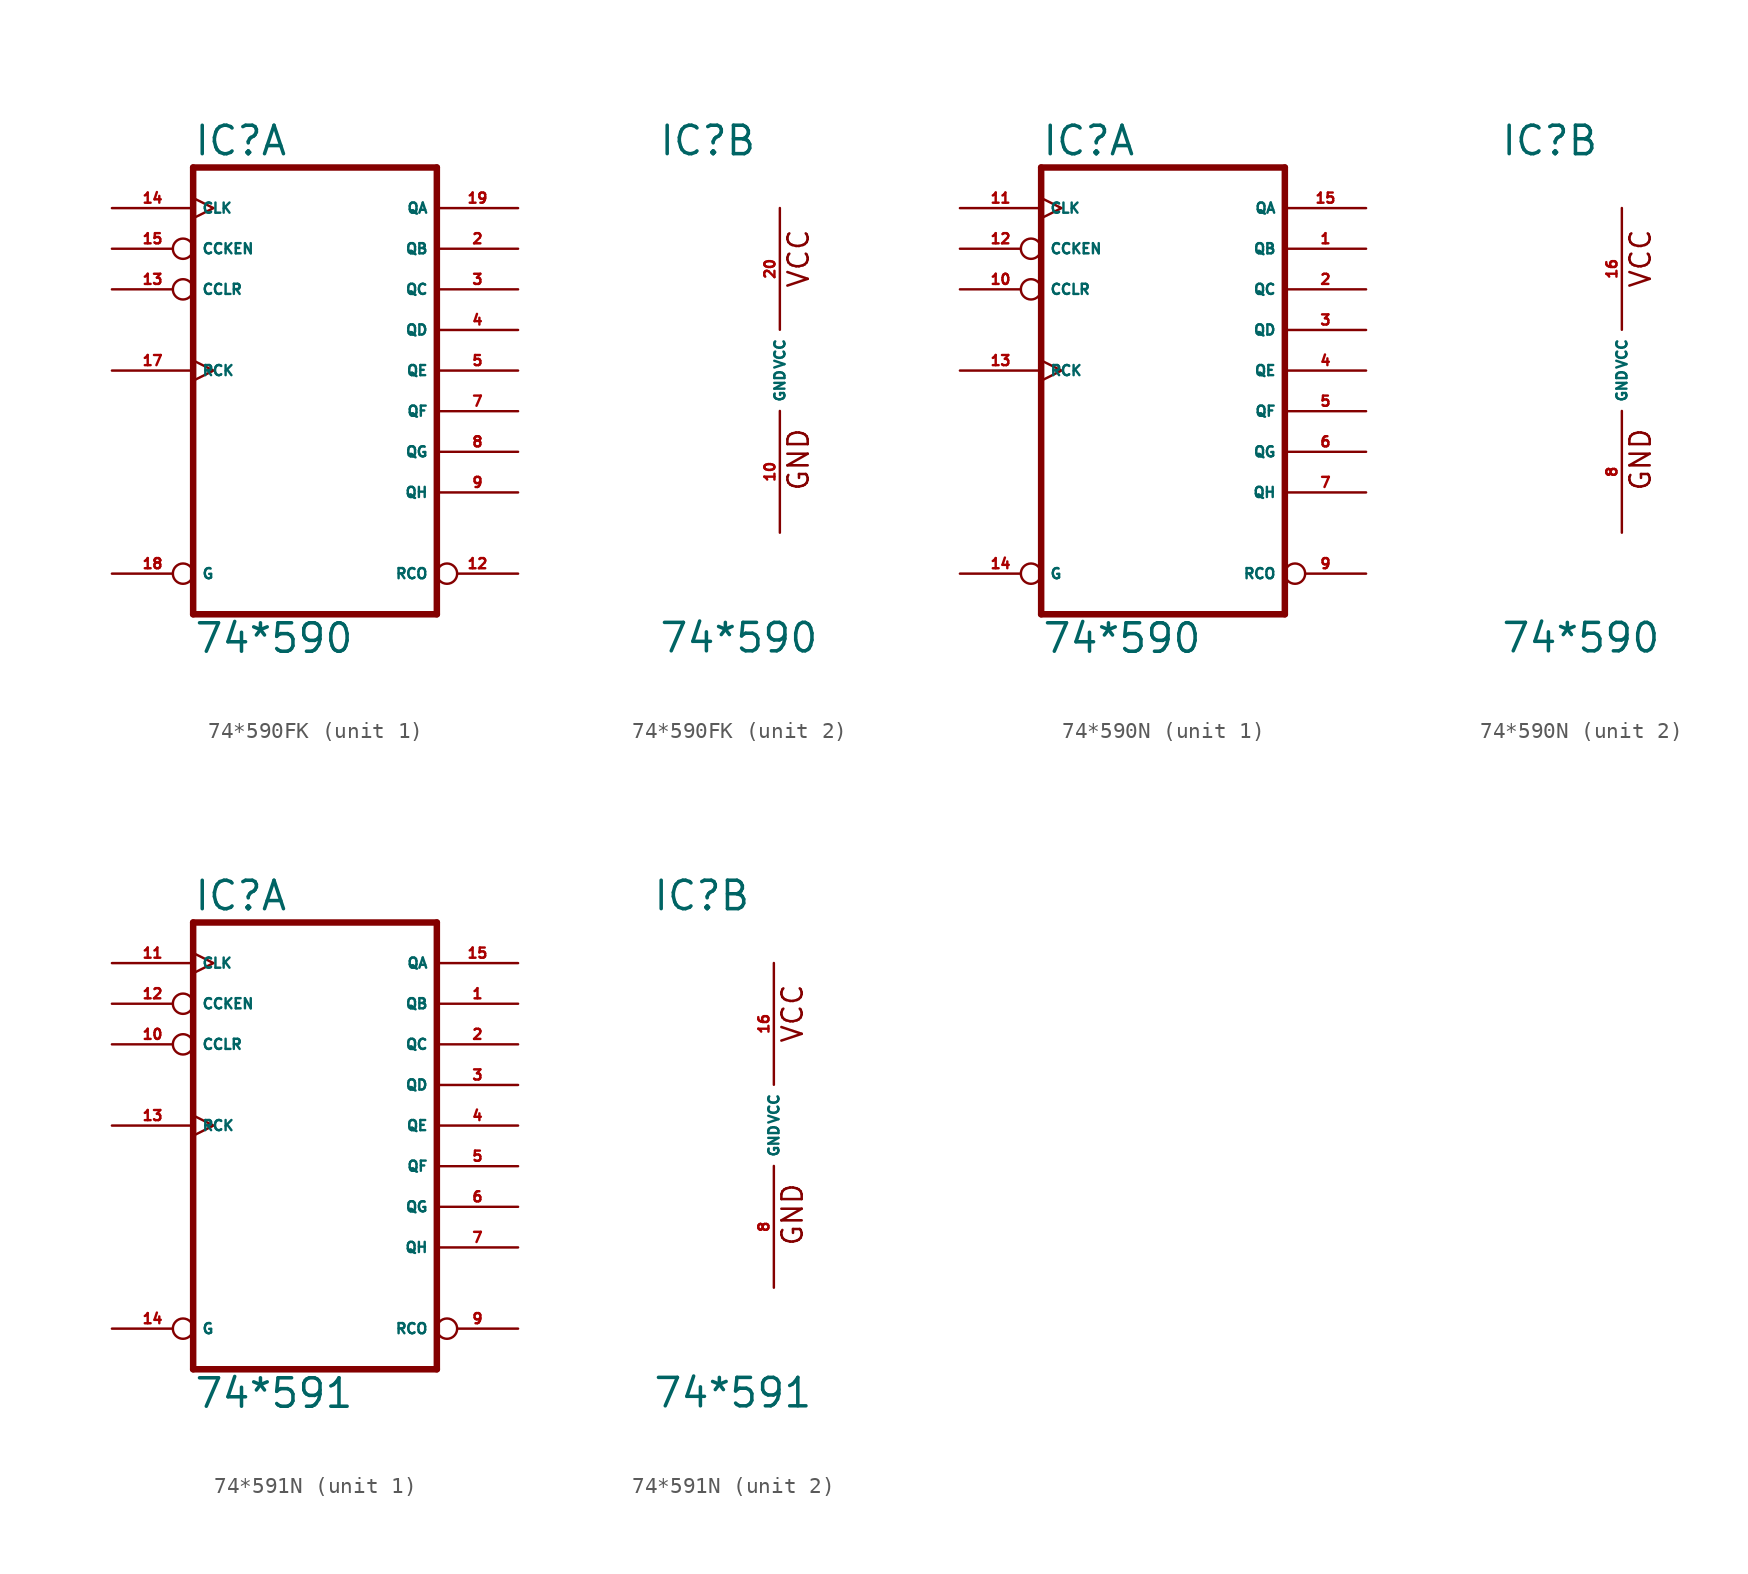
<source format=kicad_sym>
(kicad_symbol_lib
  (version 20220914)
  (generator Eagle2Kicad)
  (symbol "74*590FK"
    (property "Reference" "IC"
      (at -7.62 13.335 0)
      (effects (font (size 1.778 1.778) (thickness 0.22)) (justify left bottom)))
    (property "Value" "74*590"
      (at -7.62 -17.78 0)
      (effects (font (size 1.778 1.778) (thickness 0.22)) (justify left bottom)))
    (symbol "74*590FK_1_0"
      (polyline (pts (xy -7.62 -15.24) (xy 7.62 -15.24)) (stroke (width 0.406) (type default)) (fill (type none)))
      (polyline (pts (xy 7.62 -15.24) (xy 7.62 12.7)) (stroke (width 0.406) (type default)) (fill (type none)))
      (polyline (pts (xy 7.62 12.7) (xy -7.62 12.7)) (stroke (width 0.406) (type default)) (fill (type none)))
      (polyline (pts (xy -7.62 12.7) (xy -7.62 -15.24)) (stroke (width 0.406) (type default)) (fill (type none)))
      (pin tri_state line (at 12.7 7.62 180) (length 5.08) (name "QB" (effects (font (size 0.635 0.635) (thickness 0.08)) (justify left bottom))) (number "2" (effects (font (size 0.635 0.635) (thickness 0.08)) (justify left bottom))))
      (pin tri_state line (at 12.7 5.08 180) (length 5.08) (name "QC" (effects (font (size 0.635 0.635) (thickness 0.08)) (justify left bottom))) (number "3" (effects (font (size 0.635 0.635) (thickness 0.08)) (justify left bottom))))
      (pin tri_state line (at 12.7 2.54 180) (length 5.08) (name "QD" (effects (font (size 0.635 0.635) (thickness 0.08)) (justify left bottom))) (number "4" (effects (font (size 0.635 0.635) (thickness 0.08)) (justify left bottom))))
      (pin tri_state line (at 12.7 0 180) (length 5.08) (name "QE" (effects (font (size 0.635 0.635) (thickness 0.08)) (justify left bottom))) (number "5" (effects (font (size 0.635 0.635) (thickness 0.08)) (justify left bottom))))
      (pin tri_state line (at 12.7 -2.54 180) (length 5.08) (name "QF" (effects (font (size 0.635 0.635) (thickness 0.08)) (justify left bottom))) (number "7" (effects (font (size 0.635 0.635) (thickness 0.08)) (justify left bottom))))
      (pin tri_state line (at 12.7 -5.08 180) (length 5.08) (name "QG" (effects (font (size 0.635 0.635) (thickness 0.08)) (justify left bottom))) (number "8" (effects (font (size 0.635 0.635) (thickness 0.08)) (justify left bottom))))
      (pin tri_state line (at 12.7 -7.62 180) (length 5.08) (name "QH" (effects (font (size 0.635 0.635) (thickness 0.08)) (justify left bottom))) (number "9" (effects (font (size 0.635 0.635) (thickness 0.08)) (justify left bottom))))
      (pin output inverted (at 12.7 -12.7 180) (length 5.08) (name "RCO" (effects (font (size 0.635 0.635) (thickness 0.08)) (justify left bottom))) (number "12" (effects (font (size 0.635 0.635) (thickness 0.08)) (justify left bottom))))
      (pin input inverted (at -12.7 5.08 0) (length 5.08) (name "CCLR" (effects (font (size 0.635 0.635) (thickness 0.08)) (justify left bottom))) (number "13" (effects (font (size 0.635 0.635) (thickness 0.08)) (justify left bottom))))
      (pin input clock (at -12.7 10.16 0) (length 5.08) (name "CLK" (effects (font (size 0.635 0.635) (thickness 0.08)) (justify left bottom))) (number "14" (effects (font (size 0.635 0.635) (thickness 0.08)) (justify left bottom))))
      (pin input inverted (at -12.7 7.62 0) (length 5.08) (name "CCKEN" (effects (font (size 0.635 0.635) (thickness 0.08)) (justify left bottom))) (number "15" (effects (font (size 0.635 0.635) (thickness 0.08)) (justify left bottom))))
      (pin input clock (at -12.7 0 0) (length 5.08) (name "RCK" (effects (font (size 0.635 0.635) (thickness 0.08)) (justify left bottom))) (number "17" (effects (font (size 0.635 0.635) (thickness 0.08)) (justify left bottom))))
      (pin input inverted (at -12.7 -12.7 0) (length 5.08) (name "G" (effects (font (size 0.635 0.635) (thickness 0.08)) (justify left bottom))) (number "18" (effects (font (size 0.635 0.635) (thickness 0.08)) (justify left bottom))))
      (pin tri_state line (at 12.7 10.16 180) (length 5.08) (name "QA" (effects (font (size 0.635 0.635) (thickness 0.08)) (justify left bottom))) (number "19" (effects (font (size 0.635 0.635) (thickness 0.08)) (justify left bottom)))))
    (symbol "74*590FK_2_0"
      (text "GND" (at 1.905 -7.62 900) (effects (font (size 1.27 1.27) (thickness 0.16)) (justify left bottom)))
      (text "VCC" (at 1.905 5.08 900) (effects (font (size 1.27 1.27) (thickness 0.16)) (justify left bottom)))
      (pin unspecified line (at 0 -10.16 90) (length 7.62) (name "GND" (effects (font (size 0.635 0.635) (thickness 0.08)) (justify left bottom))) (number "10" (effects (font (size 0.635 0.635) (thickness 0.08)) (justify left bottom))))
      (pin unspecified line (at 0 10.16 270) (length 7.62) (name "VCC" (effects (font (size 0.635 0.635) (thickness 0.08)) (justify left bottom))) (number "20" (effects (font (size 0.635 0.635) (thickness 0.08)) (justify left bottom))))))
  (symbol "74*590N"
    (property "Reference" "IC"
      (at -7.62 13.335 0)
      (effects (font (size 1.778 1.778) (thickness 0.22)) (justify left bottom)))
    (property "Value" "74*590"
      (at -7.62 -17.78 0)
      (effects (font (size 1.778 1.778) (thickness 0.22)) (justify left bottom)))
    (symbol "74*590N_1_0"
      (polyline (pts (xy -7.62 -15.24) (xy 7.62 -15.24)) (stroke (width 0.406) (type default)) (fill (type none)))
      (polyline (pts (xy 7.62 -15.24) (xy 7.62 12.7)) (stroke (width 0.406) (type default)) (fill (type none)))
      (polyline (pts (xy 7.62 12.7) (xy -7.62 12.7)) (stroke (width 0.406) (type default)) (fill (type none)))
      (polyline (pts (xy -7.62 12.7) (xy -7.62 -15.24)) (stroke (width 0.406) (type default)) (fill (type none)))
      (pin tri_state line (at 12.7 7.62 180) (length 5.08) (name "QB" (effects (font (size 0.635 0.635) (thickness 0.08)) (justify left bottom))) (number "1" (effects (font (size 0.635 0.635) (thickness 0.08)) (justify left bottom))))
      (pin tri_state line (at 12.7 5.08 180) (length 5.08) (name "QC" (effects (font (size 0.635 0.635) (thickness 0.08)) (justify left bottom))) (number "2" (effects (font (size 0.635 0.635) (thickness 0.08)) (justify left bottom))))
      (pin tri_state line (at 12.7 2.54 180) (length 5.08) (name "QD" (effects (font (size 0.635 0.635) (thickness 0.08)) (justify left bottom))) (number "3" (effects (font (size 0.635 0.635) (thickness 0.08)) (justify left bottom))))
      (pin tri_state line (at 12.7 0 180) (length 5.08) (name "QE" (effects (font (size 0.635 0.635) (thickness 0.08)) (justify left bottom))) (number "4" (effects (font (size 0.635 0.635) (thickness 0.08)) (justify left bottom))))
      (pin tri_state line (at 12.7 -2.54 180) (length 5.08) (name "QF" (effects (font (size 0.635 0.635) (thickness 0.08)) (justify left bottom))) (number "5" (effects (font (size 0.635 0.635) (thickness 0.08)) (justify left bottom))))
      (pin tri_state line (at 12.7 -5.08 180) (length 5.08) (name "QG" (effects (font (size 0.635 0.635) (thickness 0.08)) (justify left bottom))) (number "6" (effects (font (size 0.635 0.635) (thickness 0.08)) (justify left bottom))))
      (pin tri_state line (at 12.7 -7.62 180) (length 5.08) (name "QH" (effects (font (size 0.635 0.635) (thickness 0.08)) (justify left bottom))) (number "7" (effects (font (size 0.635 0.635) (thickness 0.08)) (justify left bottom))))
      (pin output inverted (at 12.7 -12.7 180) (length 5.08) (name "RCO" (effects (font (size 0.635 0.635) (thickness 0.08)) (justify left bottom))) (number "9" (effects (font (size 0.635 0.635) (thickness 0.08)) (justify left bottom))))
      (pin input inverted (at -12.7 5.08 0) (length 5.08) (name "CCLR" (effects (font (size 0.635 0.635) (thickness 0.08)) (justify left bottom))) (number "10" (effects (font (size 0.635 0.635) (thickness 0.08)) (justify left bottom))))
      (pin input clock (at -12.7 10.16 0) (length 5.08) (name "CLK" (effects (font (size 0.635 0.635) (thickness 0.08)) (justify left bottom))) (number "11" (effects (font (size 0.635 0.635) (thickness 0.08)) (justify left bottom))))
      (pin input inverted (at -12.7 7.62 0) (length 5.08) (name "CCKEN" (effects (font (size 0.635 0.635) (thickness 0.08)) (justify left bottom))) (number "12" (effects (font (size 0.635 0.635) (thickness 0.08)) (justify left bottom))))
      (pin input clock (at -12.7 0 0) (length 5.08) (name "RCK" (effects (font (size 0.635 0.635) (thickness 0.08)) (justify left bottom))) (number "13" (effects (font (size 0.635 0.635) (thickness 0.08)) (justify left bottom))))
      (pin input inverted (at -12.7 -12.7 0) (length 5.08) (name "G" (effects (font (size 0.635 0.635) (thickness 0.08)) (justify left bottom))) (number "14" (effects (font (size 0.635 0.635) (thickness 0.08)) (justify left bottom))))
      (pin tri_state line (at 12.7 10.16 180) (length 5.08) (name "QA" (effects (font (size 0.635 0.635) (thickness 0.08)) (justify left bottom))) (number "15" (effects (font (size 0.635 0.635) (thickness 0.08)) (justify left bottom)))))
    (symbol "74*590N_2_0"
      (text "GND" (at 1.905 -7.62 900) (effects (font (size 1.27 1.27) (thickness 0.16)) (justify left bottom)))
      (text "VCC" (at 1.905 5.08 900) (effects (font (size 1.27 1.27) (thickness 0.16)) (justify left bottom)))
      (pin unspecified line (at 0 -10.16 90) (length 7.62) (name "GND" (effects (font (size 0.635 0.635) (thickness 0.08)) (justify left bottom))) (number "8" (effects (font (size 0.635 0.635) (thickness 0.08)) (justify left bottom))))
      (pin unspecified line (at 0 10.16 270) (length 7.62) (name "VCC" (effects (font (size 0.635 0.635) (thickness 0.08)) (justify left bottom))) (number "16" (effects (font (size 0.635 0.635) (thickness 0.08)) (justify left bottom))))))
  (symbol "74*591N"
    (property "Reference" "IC"
      (at -7.62 13.335 0)
      (effects (font (size 1.778 1.778) (thickness 0.22)) (justify left bottom)))
    (property "Value" "74*591"
      (at -7.62 -17.78 0)
      (effects (font (size 1.778 1.778) (thickness 0.22)) (justify left bottom)))
    (symbol "74*591N_1_0"
      (polyline (pts (xy -7.62 -15.24) (xy 7.62 -15.24)) (stroke (width 0.406) (type default)) (fill (type none)))
      (polyline (pts (xy 7.62 -15.24) (xy 7.62 12.7)) (stroke (width 0.406) (type default)) (fill (type none)))
      (polyline (pts (xy 7.62 12.7) (xy -7.62 12.7)) (stroke (width 0.406) (type default)) (fill (type none)))
      (polyline (pts (xy -7.62 12.7) (xy -7.62 -15.24)) (stroke (width 0.406) (type default)) (fill (type none)))
      (pin open_collector line (at 12.7 7.62 180) (length 5.08) (name "QB" (effects (font (size 0.635 0.635) (thickness 0.08)) (justify left bottom))) (number "1" (effects (font (size 0.635 0.635) (thickness 0.08)) (justify left bottom))))
      (pin open_collector line (at 12.7 5.08 180) (length 5.08) (name "QC" (effects (font (size 0.635 0.635) (thickness 0.08)) (justify left bottom))) (number "2" (effects (font (size 0.635 0.635) (thickness 0.08)) (justify left bottom))))
      (pin open_collector line (at 12.7 2.54 180) (length 5.08) (name "QD" (effects (font (size 0.635 0.635) (thickness 0.08)) (justify left bottom))) (number "3" (effects (font (size 0.635 0.635) (thickness 0.08)) (justify left bottom))))
      (pin open_collector line (at 12.7 0 180) (length 5.08) (name "QE" (effects (font (size 0.635 0.635) (thickness 0.08)) (justify left bottom))) (number "4" (effects (font (size 0.635 0.635) (thickness 0.08)) (justify left bottom))))
      (pin open_collector line (at 12.7 -2.54 180) (length 5.08) (name "QF" (effects (font (size 0.635 0.635) (thickness 0.08)) (justify left bottom))) (number "5" (effects (font (size 0.635 0.635) (thickness 0.08)) (justify left bottom))))
      (pin open_collector line (at 12.7 -5.08 180) (length 5.08) (name "QG" (effects (font (size 0.635 0.635) (thickness 0.08)) (justify left bottom))) (number "6" (effects (font (size 0.635 0.635) (thickness 0.08)) (justify left bottom))))
      (pin open_collector line (at 12.7 -7.62 180) (length 5.08) (name "QH" (effects (font (size 0.635 0.635) (thickness 0.08)) (justify left bottom))) (number "7" (effects (font (size 0.635 0.635) (thickness 0.08)) (justify left bottom))))
      (pin output inverted (at 12.7 -12.7 180) (length 5.08) (name "RCO" (effects (font (size 0.635 0.635) (thickness 0.08)) (justify left bottom))) (number "9" (effects (font (size 0.635 0.635) (thickness 0.08)) (justify left bottom))))
      (pin input inverted (at -12.7 5.08 0) (length 5.08) (name "CCLR" (effects (font (size 0.635 0.635) (thickness 0.08)) (justify left bottom))) (number "10" (effects (font (size 0.635 0.635) (thickness 0.08)) (justify left bottom))))
      (pin input clock (at -12.7 10.16 0) (length 5.08) (name "CLK" (effects (font (size 0.635 0.635) (thickness 0.08)) (justify left bottom))) (number "11" (effects (font (size 0.635 0.635) (thickness 0.08)) (justify left bottom))))
      (pin input inverted (at -12.7 7.62 0) (length 5.08) (name "CCKEN" (effects (font (size 0.635 0.635) (thickness 0.08)) (justify left bottom))) (number "12" (effects (font (size 0.635 0.635) (thickness 0.08)) (justify left bottom))))
      (pin input clock (at -12.7 0 0) (length 5.08) (name "RCK" (effects (font (size 0.635 0.635) (thickness 0.08)) (justify left bottom))) (number "13" (effects (font (size 0.635 0.635) (thickness 0.08)) (justify left bottom))))
      (pin input inverted (at -12.7 -12.7 0) (length 5.08) (name "G" (effects (font (size 0.635 0.635) (thickness 0.08)) (justify left bottom))) (number "14" (effects (font (size 0.635 0.635) (thickness 0.08)) (justify left bottom))))
      (pin open_collector line (at 12.7 10.16 180) (length 5.08) (name "QA" (effects (font (size 0.635 0.635) (thickness 0.08)) (justify left bottom))) (number "15" (effects (font (size 0.635 0.635) (thickness 0.08)) (justify left bottom)))))
    (symbol "74*591N_2_0"
      (text "GND" (at 1.905 -7.62 900) (effects (font (size 1.27 1.27) (thickness 0.16)) (justify left bottom)))
      (text "VCC" (at 1.905 5.08 900) (effects (font (size 1.27 1.27) (thickness 0.16)) (justify left bottom)))
      (pin unspecified line (at 0 -10.16 90) (length 7.62) (name "GND" (effects (font (size 0.635 0.635) (thickness 0.08)) (justify left bottom))) (number "8" (effects (font (size 0.635 0.635) (thickness 0.08)) (justify left bottom))))
      (pin unspecified line (at 0 10.16 270) (length 7.62) (name "VCC" (effects (font (size 0.635 0.635) (thickness 0.08)) (justify left bottom))) (number "16" (effects (font (size 0.635 0.635) (thickness 0.08)) (justify left bottom)))))))
</source>
